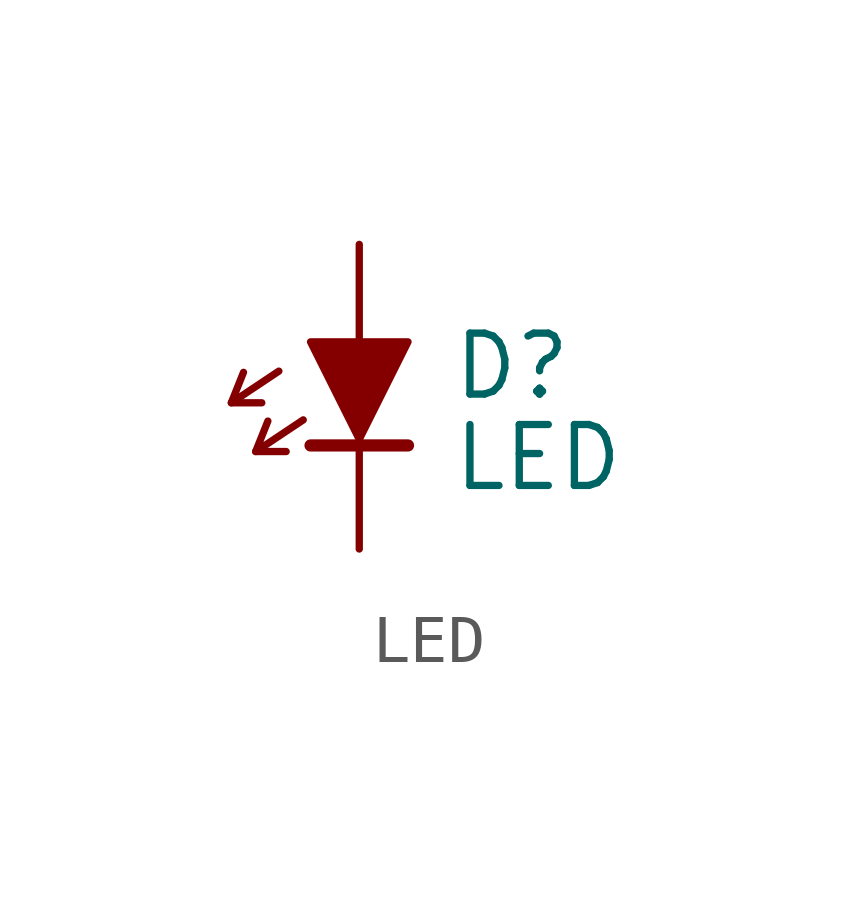
<source format=kicad_sym>
(kicad_symbol_lib
  (version 20211014)
  (generator kicad_symbol_editor)
  (symbol "LED"
    (pin_numbers hide)
    (pin_names
      (offset 1.016) hide)
    (property "Reference" "D"
      (at 1.905 -2.54 0)
      (effects (font (size 1.27 1.27)) (justify left)))
    (property "Value" "LED"
      (at 1.905 -4.445 0)
      (effects (font (size 1.27 1.27)) (justify left)))
    (symbol "LED_0_1"
      (polyline (pts (xy -2.667 -3.302) (xy -2.032 -3.302)) (stroke (width 0) (type default) (color 0 0 0 0)) (fill (type none)))
      (polyline (pts (xy -2.159 -4.318) (xy -1.524 -4.318)) (stroke (width 0) (type default) (color 0 0 0 0)) (fill (type none)))
      (polyline (pts (xy 1.016 -4.191) (xy -1.016 -4.191)) (stroke (width 0.254) (type default) (color 0 0 0 0)) (fill (type none)))
      (polyline (pts (xy -1.676 -2.642) (xy -2.667 -3.302) (xy -2.413 -2.667)) (stroke (width 0) (type default) (color 0 0 0 0)) (fill (type none)))
      (polyline (pts (xy -1.168 -3.658) (xy -2.159 -4.318) (xy -1.905 -3.683)) (stroke (width 0) (type default) (color 0 0 0 0)) (fill (type none)))
      (polyline (pts (xy -1.016 -2.032) (xy 1.016 -2.032) (xy 0 -4.064) (xy -1.016 -2.032)) (stroke (width 0) (type default) (color 0 0 0 0)) (fill (type outline))))
    (symbol "LED_1_1"
      (pin passive line (at 0 0 270) (length 2.032) (name "~" (effects (font (size 1.27 1.27)))) (number "A" (effects (font (size 1.27 1.27)))))
      (pin passive line (at 0 -6.35 90) (length 2.032) (name "~" (effects (font (size 1.27 1.27)))) (number "C" (effects (font (size 1.27 1.27))))))))
</source>
